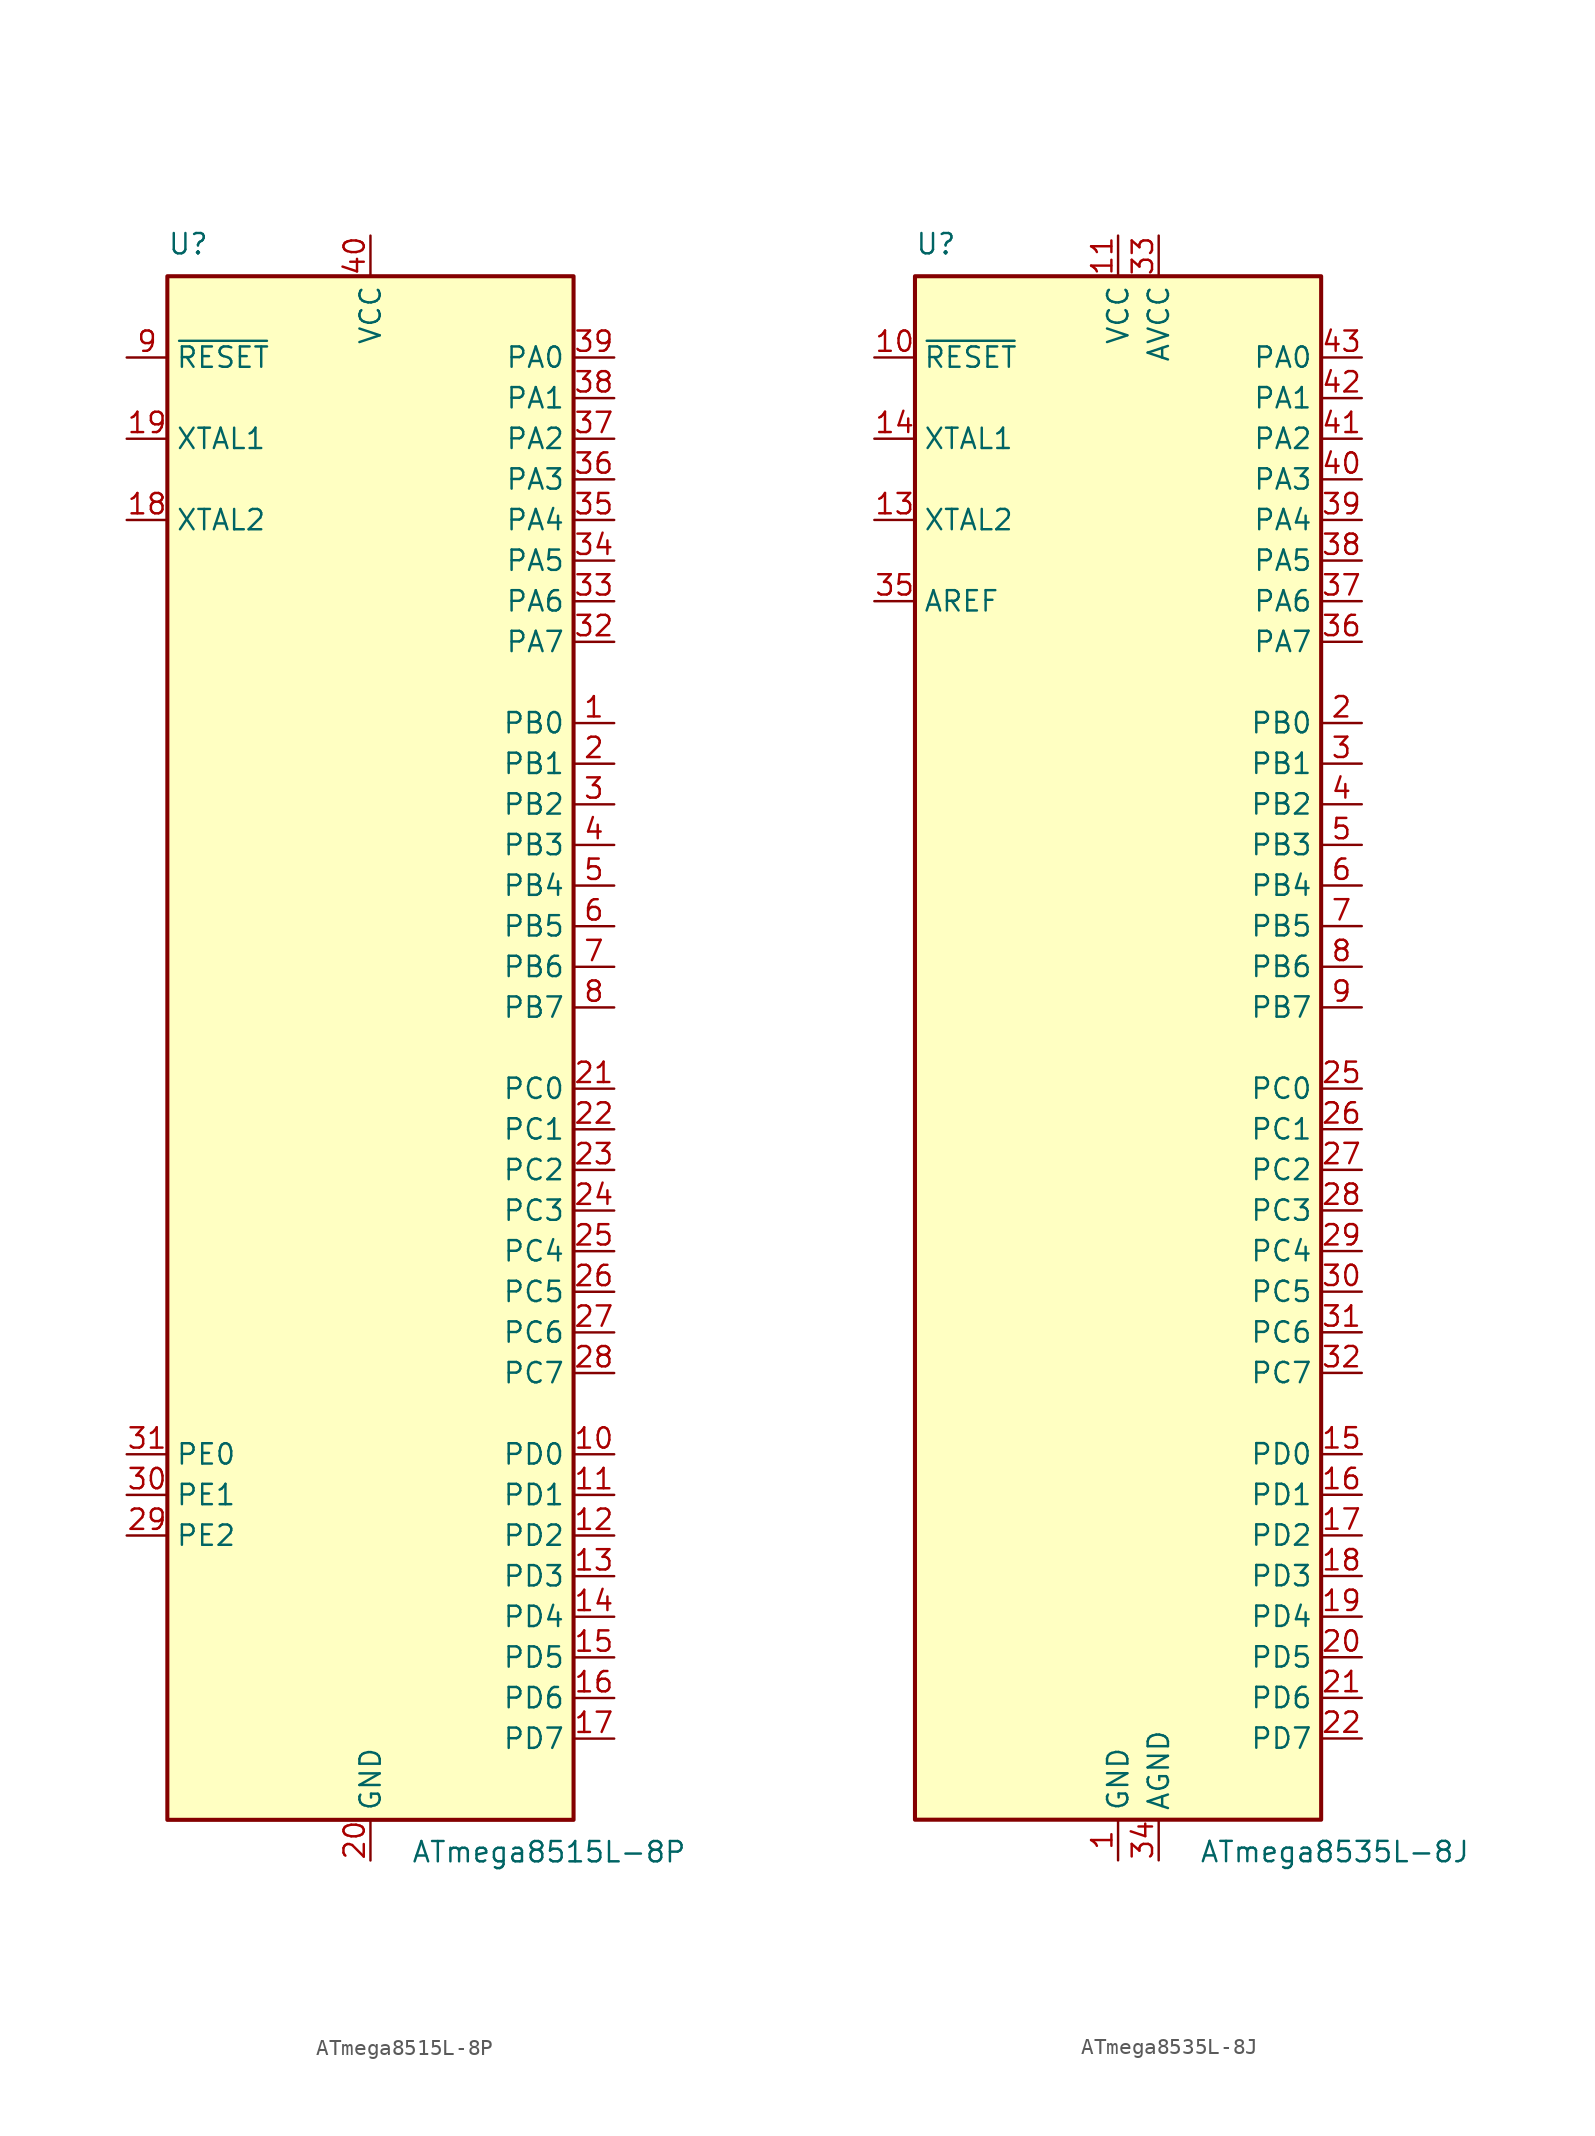
<source format=kicad_sym>
(kicad_symbol_lib
  (version 20211014)
  (generator kicad_symbol_editor)
  (symbol "ATmega8515L-8P"
    (property "Reference" "U"
      (at -12.7 49.53 0)
      (effects (font (size 1.27 1.27)) (justify left bottom)))
    (property "Value" "ATmega8515L-8P"
      (at 2.54 -49.53 0)
      (effects (font (size 1.27 1.27)) (justify left top)))
    (symbol "ATmega8515L-8P_0_1"
      (rectangle (start -12.7 -48.26) (end 12.7 48.26) (stroke (width 0.254) (type default) (color 0 0 0 0)) (fill (type background))))
    (symbol "ATmega8515L-8P_1_1"
      (pin bidirectional line (at 15.24 20.32 180) (length 2.54) (name "PB0" (effects (font (size 1.27 1.27)))) (number "1" (effects (font (size 1.27 1.27)))))
      (pin bidirectional line (at 15.24 -25.4 180) (length 2.54) (name "PD0" (effects (font (size 1.27 1.27)))) (number "10" (effects (font (size 1.27 1.27)))))
      (pin bidirectional line (at 15.24 -27.94 180) (length 2.54) (name "PD1" (effects (font (size 1.27 1.27)))) (number "11" (effects (font (size 1.27 1.27)))))
      (pin bidirectional line (at 15.24 -30.48 180) (length 2.54) (name "PD2" (effects (font (size 1.27 1.27)))) (number "12" (effects (font (size 1.27 1.27)))))
      (pin bidirectional line (at 15.24 -33.02 180) (length 2.54) (name "PD3" (effects (font (size 1.27 1.27)))) (number "13" (effects (font (size 1.27 1.27)))))
      (pin bidirectional line (at 15.24 -35.56 180) (length 2.54) (name "PD4" (effects (font (size 1.27 1.27)))) (number "14" (effects (font (size 1.27 1.27)))))
      (pin bidirectional line (at 15.24 -38.1 180) (length 2.54) (name "PD5" (effects (font (size 1.27 1.27)))) (number "15" (effects (font (size 1.27 1.27)))))
      (pin bidirectional line (at 15.24 -40.64 180) (length 2.54) (name "PD6" (effects (font (size 1.27 1.27)))) (number "16" (effects (font (size 1.27 1.27)))))
      (pin bidirectional line (at 15.24 -43.18 180) (length 2.54) (name "PD7" (effects (font (size 1.27 1.27)))) (number "17" (effects (font (size 1.27 1.27)))))
      (pin output line (at -15.24 33.02 0) (length 2.54) (name "XTAL2" (effects (font (size 1.27 1.27)))) (number "18" (effects (font (size 1.27 1.27)))))
      (pin input line (at -15.24 38.1 0) (length 2.54) (name "XTAL1" (effects (font (size 1.27 1.27)))) (number "19" (effects (font (size 1.27 1.27)))))
      (pin bidirectional line (at 15.24 17.78 180) (length 2.54) (name "PB1" (effects (font (size 1.27 1.27)))) (number "2" (effects (font (size 1.27 1.27)))))
      (pin power_in line (at 0 -50.8 90) (length 2.54) (name "GND" (effects (font (size 1.27 1.27)))) (number "20" (effects (font (size 1.27 1.27)))))
      (pin bidirectional line (at 15.24 -2.54 180) (length 2.54) (name "PC0" (effects (font (size 1.27 1.27)))) (number "21" (effects (font (size 1.27 1.27)))))
      (pin bidirectional line (at 15.24 -5.08 180) (length 2.54) (name "PC1" (effects (font (size 1.27 1.27)))) (number "22" (effects (font (size 1.27 1.27)))))
      (pin bidirectional line (at 15.24 -7.62 180) (length 2.54) (name "PC2" (effects (font (size 1.27 1.27)))) (number "23" (effects (font (size 1.27 1.27)))))
      (pin bidirectional line (at 15.24 -10.16 180) (length 2.54) (name "PC3" (effects (font (size 1.27 1.27)))) (number "24" (effects (font (size 1.27 1.27)))))
      (pin bidirectional line (at 15.24 -12.7 180) (length 2.54) (name "PC4" (effects (font (size 1.27 1.27)))) (number "25" (effects (font (size 1.27 1.27)))))
      (pin bidirectional line (at 15.24 -15.24 180) (length 2.54) (name "PC5" (effects (font (size 1.27 1.27)))) (number "26" (effects (font (size 1.27 1.27)))))
      (pin bidirectional line (at 15.24 -17.78 180) (length 2.54) (name "PC6" (effects (font (size 1.27 1.27)))) (number "27" (effects (font (size 1.27 1.27)))))
      (pin bidirectional line (at 15.24 -20.32 180) (length 2.54) (name "PC7" (effects (font (size 1.27 1.27)))) (number "28" (effects (font (size 1.27 1.27)))))
      (pin bidirectional line (at -15.24 -30.48 0) (length 2.54) (name "PE2" (effects (font (size 1.27 1.27)))) (number "29" (effects (font (size 1.27 1.27)))))
      (pin bidirectional line (at 15.24 15.24 180) (length 2.54) (name "PB2" (effects (font (size 1.27 1.27)))) (number "3" (effects (font (size 1.27 1.27)))))
      (pin bidirectional line (at -15.24 -27.94 0) (length 2.54) (name "PE1" (effects (font (size 1.27 1.27)))) (number "30" (effects (font (size 1.27 1.27)))))
      (pin bidirectional line (at -15.24 -25.4 0) (length 2.54) (name "PE0" (effects (font (size 1.27 1.27)))) (number "31" (effects (font (size 1.27 1.27)))))
      (pin bidirectional line (at 15.24 25.4 180) (length 2.54) (name "PA7" (effects (font (size 1.27 1.27)))) (number "32" (effects (font (size 1.27 1.27)))))
      (pin bidirectional line (at 15.24 27.94 180) (length 2.54) (name "PA6" (effects (font (size 1.27 1.27)))) (number "33" (effects (font (size 1.27 1.27)))))
      (pin bidirectional line (at 15.24 30.48 180) (length 2.54) (name "PA5" (effects (font (size 1.27 1.27)))) (number "34" (effects (font (size 1.27 1.27)))))
      (pin bidirectional line (at 15.24 33.02 180) (length 2.54) (name "PA4" (effects (font (size 1.27 1.27)))) (number "35" (effects (font (size 1.27 1.27)))))
      (pin bidirectional line (at 15.24 35.56 180) (length 2.54) (name "PA3" (effects (font (size 1.27 1.27)))) (number "36" (effects (font (size 1.27 1.27)))))
      (pin bidirectional line (at 15.24 38.1 180) (length 2.54) (name "PA2" (effects (font (size 1.27 1.27)))) (number "37" (effects (font (size 1.27 1.27)))))
      (pin bidirectional line (at 15.24 40.64 180) (length 2.54) (name "PA1" (effects (font (size 1.27 1.27)))) (number "38" (effects (font (size 1.27 1.27)))))
      (pin bidirectional line (at 15.24 43.18 180) (length 2.54) (name "PA0" (effects (font (size 1.27 1.27)))) (number "39" (effects (font (size 1.27 1.27)))))
      (pin bidirectional line (at 15.24 12.7 180) (length 2.54) (name "PB3" (effects (font (size 1.27 1.27)))) (number "4" (effects (font (size 1.27 1.27)))))
      (pin power_in line (at 0 50.8 270) (length 2.54) (name "VCC" (effects (font (size 1.27 1.27)))) (number "40" (effects (font (size 1.27 1.27)))))
      (pin bidirectional line (at 15.24 10.16 180) (length 2.54) (name "PB4" (effects (font (size 1.27 1.27)))) (number "5" (effects (font (size 1.27 1.27)))))
      (pin bidirectional line (at 15.24 7.62 180) (length 2.54) (name "PB5" (effects (font (size 1.27 1.27)))) (number "6" (effects (font (size 1.27 1.27)))))
      (pin bidirectional line (at 15.24 5.08 180) (length 2.54) (name "PB6" (effects (font (size 1.27 1.27)))) (number "7" (effects (font (size 1.27 1.27)))))
      (pin bidirectional line (at 15.24 2.54 180) (length 2.54) (name "PB7" (effects (font (size 1.27 1.27)))) (number "8" (effects (font (size 1.27 1.27)))))
      (pin input line (at -15.24 43.18 0) (length 2.54) (name "~{RESET}" (effects (font (size 1.27 1.27)))) (number "9" (effects (font (size 1.27 1.27)))))))
  (symbol "ATmega8535L-8J"
    (property "Reference" "U"
      (at -12.7 49.53 0)
      (effects (font (size 1.27 1.27)) (justify left bottom)))
    (property "Value" "ATmega8535L-8J"
      (at 5.08 -49.53 0)
      (effects (font (size 1.27 1.27)) (justify left top)))
    (symbol "ATmega8535L-8J_0_1"
      (rectangle (start -12.7 -48.26) (end 12.7 48.26) (stroke (width 0.254) (type default) (color 0 0 0 0)) (fill (type background))))
    (symbol "ATmega8535L-8J_1_1"
      (pin power_in line (at 0 -50.8 90) (length 2.54) (name "GND" (effects (font (size 1.27 1.27)))) (number "1" (effects (font (size 1.27 1.27)))))
      (pin input line (at -15.24 43.18 0) (length 2.54) (name "~{RESET}" (effects (font (size 1.27 1.27)))) (number "10" (effects (font (size 1.27 1.27)))))
      (pin power_in line (at 0 50.8 270) (length 2.54) (name "VCC" (effects (font (size 1.27 1.27)))) (number "11" (effects (font (size 1.27 1.27)))))
      (pin passive line (at 0 -50.8 90) (length 2.54) hide (name "GND" (effects (font (size 1.27 1.27)))) (number "12" (effects (font (size 1.27 1.27)))))
      (pin output line (at -15.24 33.02 0) (length 2.54) (name "XTAL2" (effects (font (size 1.27 1.27)))) (number "13" (effects (font (size 1.27 1.27)))))
      (pin input line (at -15.24 38.1 0) (length 2.54) (name "XTAL1" (effects (font (size 1.27 1.27)))) (number "14" (effects (font (size 1.27 1.27)))))
      (pin bidirectional line (at 15.24 -25.4 180) (length 2.54) (name "PD0" (effects (font (size 1.27 1.27)))) (number "15" (effects (font (size 1.27 1.27)))))
      (pin bidirectional line (at 15.24 -27.94 180) (length 2.54) (name "PD1" (effects (font (size 1.27 1.27)))) (number "16" (effects (font (size 1.27 1.27)))))
      (pin bidirectional line (at 15.24 -30.48 180) (length 2.54) (name "PD2" (effects (font (size 1.27 1.27)))) (number "17" (effects (font (size 1.27 1.27)))))
      (pin bidirectional line (at 15.24 -33.02 180) (length 2.54) (name "PD3" (effects (font (size 1.27 1.27)))) (number "18" (effects (font (size 1.27 1.27)))))
      (pin bidirectional line (at 15.24 -35.56 180) (length 2.54) (name "PD4" (effects (font (size 1.27 1.27)))) (number "19" (effects (font (size 1.27 1.27)))))
      (pin bidirectional line (at 15.24 20.32 180) (length 2.54) (name "PB0" (effects (font (size 1.27 1.27)))) (number "2" (effects (font (size 1.27 1.27)))))
      (pin bidirectional line (at 15.24 -38.1 180) (length 2.54) (name "PD5" (effects (font (size 1.27 1.27)))) (number "20" (effects (font (size 1.27 1.27)))))
      (pin bidirectional line (at 15.24 -40.64 180) (length 2.54) (name "PD6" (effects (font (size 1.27 1.27)))) (number "21" (effects (font (size 1.27 1.27)))))
      (pin bidirectional line (at 15.24 -43.18 180) (length 2.54) (name "PD7" (effects (font (size 1.27 1.27)))) (number "22" (effects (font (size 1.27 1.27)))))
      (pin passive line (at 0 50.8 270) (length 2.54) hide (name "VCC" (effects (font (size 1.27 1.27)))) (number "23" (effects (font (size 1.27 1.27)))))
      (pin passive line (at 0 -50.8 90) (length 2.54) hide (name "GND" (effects (font (size 1.27 1.27)))) (number "24" (effects (font (size 1.27 1.27)))))
      (pin bidirectional line (at 15.24 -2.54 180) (length 2.54) (name "PC0" (effects (font (size 1.27 1.27)))) (number "25" (effects (font (size 1.27 1.27)))))
      (pin bidirectional line (at 15.24 -5.08 180) (length 2.54) (name "PC1" (effects (font (size 1.27 1.27)))) (number "26" (effects (font (size 1.27 1.27)))))
      (pin bidirectional line (at 15.24 -7.62 180) (length 2.54) (name "PC2" (effects (font (size 1.27 1.27)))) (number "27" (effects (font (size 1.27 1.27)))))
      (pin bidirectional line (at 15.24 -10.16 180) (length 2.54) (name "PC3" (effects (font (size 1.27 1.27)))) (number "28" (effects (font (size 1.27 1.27)))))
      (pin bidirectional line (at 15.24 -12.7 180) (length 2.54) (name "PC4" (effects (font (size 1.27 1.27)))) (number "29" (effects (font (size 1.27 1.27)))))
      (pin bidirectional line (at 15.24 17.78 180) (length 2.54) (name "PB1" (effects (font (size 1.27 1.27)))) (number "3" (effects (font (size 1.27 1.27)))))
      (pin bidirectional line (at 15.24 -15.24 180) (length 2.54) (name "PC5" (effects (font (size 1.27 1.27)))) (number "30" (effects (font (size 1.27 1.27)))))
      (pin bidirectional line (at 15.24 -17.78 180) (length 2.54) (name "PC6" (effects (font (size 1.27 1.27)))) (number "31" (effects (font (size 1.27 1.27)))))
      (pin bidirectional line (at 15.24 -20.32 180) (length 2.54) (name "PC7" (effects (font (size 1.27 1.27)))) (number "32" (effects (font (size 1.27 1.27)))))
      (pin power_in line (at 2.54 50.8 270) (length 2.54) (name "AVCC" (effects (font (size 1.27 1.27)))) (number "33" (effects (font (size 1.27 1.27)))))
      (pin power_in line (at 2.54 -50.8 90) (length 2.54) (name "AGND" (effects (font (size 1.27 1.27)))) (number "34" (effects (font (size 1.27 1.27)))))
      (pin passive line (at -15.24 27.94 0) (length 2.54) (name "AREF" (effects (font (size 1.27 1.27)))) (number "35" (effects (font (size 1.27 1.27)))))
      (pin bidirectional line (at 15.24 25.4 180) (length 2.54) (name "PA7" (effects (font (size 1.27 1.27)))) (number "36" (effects (font (size 1.27 1.27)))))
      (pin bidirectional line (at 15.24 27.94 180) (length 2.54) (name "PA6" (effects (font (size 1.27 1.27)))) (number "37" (effects (font (size 1.27 1.27)))))
      (pin bidirectional line (at 15.24 30.48 180) (length 2.54) (name "PA5" (effects (font (size 1.27 1.27)))) (number "38" (effects (font (size 1.27 1.27)))))
      (pin bidirectional line (at 15.24 33.02 180) (length 2.54) (name "PA4" (effects (font (size 1.27 1.27)))) (number "39" (effects (font (size 1.27 1.27)))))
      (pin bidirectional line (at 15.24 15.24 180) (length 2.54) (name "PB2" (effects (font (size 1.27 1.27)))) (number "4" (effects (font (size 1.27 1.27)))))
      (pin bidirectional line (at 15.24 35.56 180) (length 2.54) (name "PA3" (effects (font (size 1.27 1.27)))) (number "40" (effects (font (size 1.27 1.27)))))
      (pin bidirectional line (at 15.24 38.1 180) (length 2.54) (name "PA2" (effects (font (size 1.27 1.27)))) (number "41" (effects (font (size 1.27 1.27)))))
      (pin bidirectional line (at 15.24 40.64 180) (length 2.54) (name "PA1" (effects (font (size 1.27 1.27)))) (number "42" (effects (font (size 1.27 1.27)))))
      (pin bidirectional line (at 15.24 43.18 180) (length 2.54) (name "PA0" (effects (font (size 1.27 1.27)))) (number "43" (effects (font (size 1.27 1.27)))))
      (pin passive line (at 0 50.8 270) (length 2.54) hide (name "VCC" (effects (font (size 1.27 1.27)))) (number "44" (effects (font (size 1.27 1.27)))))
      (pin bidirectional line (at 15.24 12.7 180) (length 2.54) (name "PB3" (effects (font (size 1.27 1.27)))) (number "5" (effects (font (size 1.27 1.27)))))
      (pin bidirectional line (at 15.24 10.16 180) (length 2.54) (name "PB4" (effects (font (size 1.27 1.27)))) (number "6" (effects (font (size 1.27 1.27)))))
      (pin bidirectional line (at 15.24 7.62 180) (length 2.54) (name "PB5" (effects (font (size 1.27 1.27)))) (number "7" (effects (font (size 1.27 1.27)))))
      (pin bidirectional line (at 15.24 5.08 180) (length 2.54) (name "PB6" (effects (font (size 1.27 1.27)))) (number "8" (effects (font (size 1.27 1.27)))))
      (pin bidirectional line (at 15.24 2.54 180) (length 2.54) (name "PB7" (effects (font (size 1.27 1.27)))) (number "9" (effects (font (size 1.27 1.27))))))))
</source>
